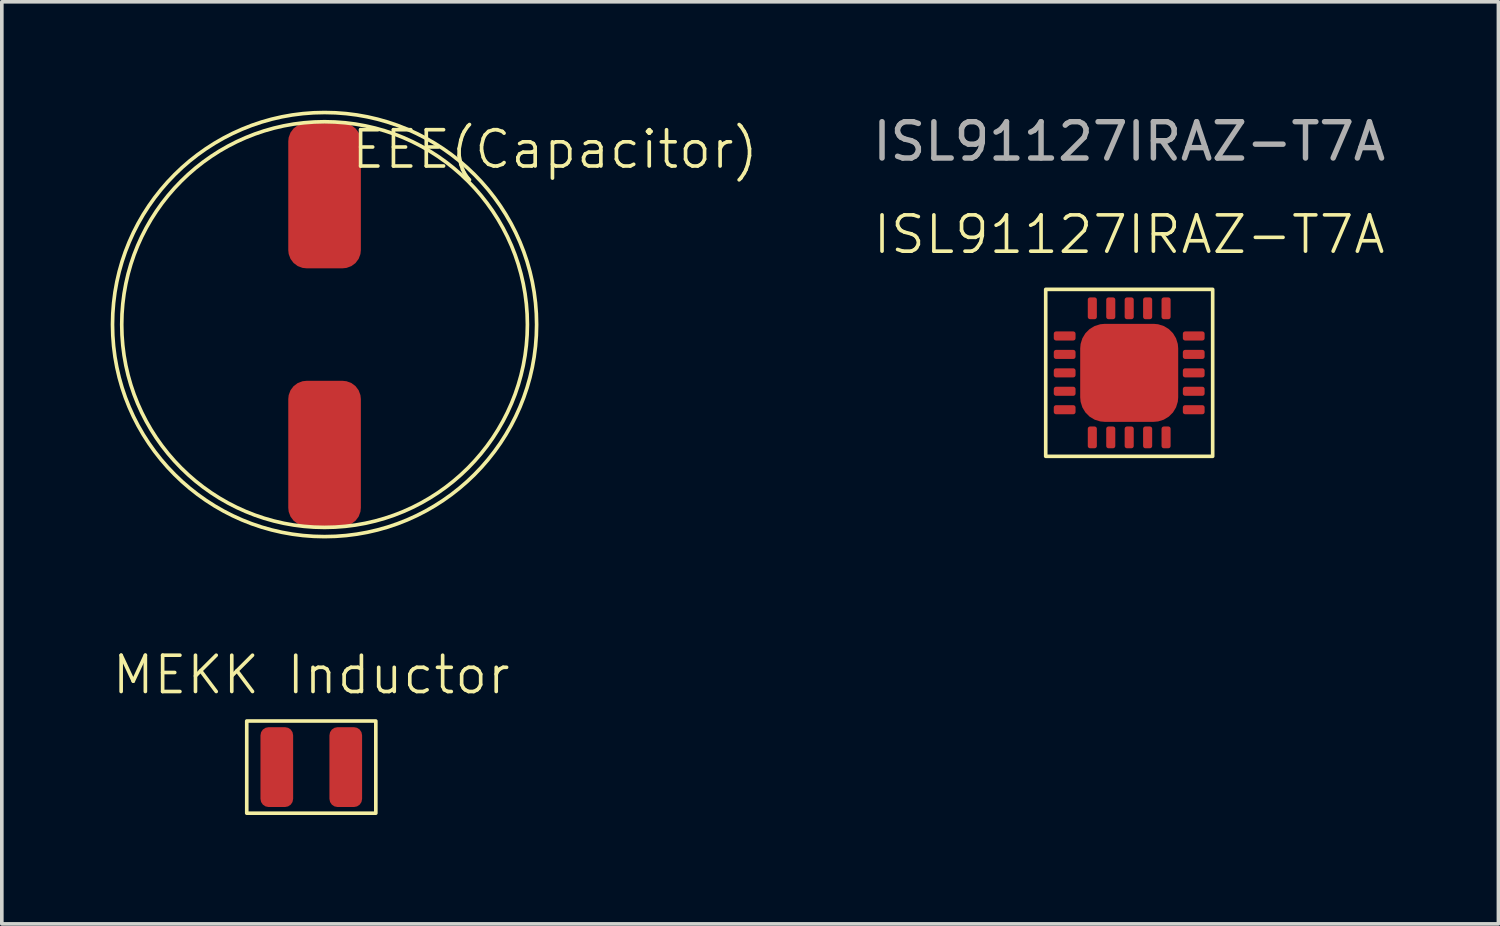
<source format=kicad_pcb>
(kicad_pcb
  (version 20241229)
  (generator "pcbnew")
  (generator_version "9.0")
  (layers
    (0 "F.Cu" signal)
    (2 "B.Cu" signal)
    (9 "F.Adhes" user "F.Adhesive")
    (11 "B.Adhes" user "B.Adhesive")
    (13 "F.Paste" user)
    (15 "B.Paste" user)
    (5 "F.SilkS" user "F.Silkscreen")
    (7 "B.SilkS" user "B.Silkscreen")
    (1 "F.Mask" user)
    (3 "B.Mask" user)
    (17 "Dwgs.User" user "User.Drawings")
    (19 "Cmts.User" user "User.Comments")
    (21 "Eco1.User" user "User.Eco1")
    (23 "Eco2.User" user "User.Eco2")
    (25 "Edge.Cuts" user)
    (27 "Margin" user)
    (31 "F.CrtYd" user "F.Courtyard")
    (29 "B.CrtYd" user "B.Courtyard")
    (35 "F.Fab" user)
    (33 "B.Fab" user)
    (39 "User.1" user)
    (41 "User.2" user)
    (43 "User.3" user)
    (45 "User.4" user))
  (footprint "EEE(Capacitor)"
    (layer "F.Cu")
    (at 5.892 5.892)
    (property "Reference" "EEE(Capacitor)" (at 6.35 -4.826 0) (unlocked yes) (layer "F.SilkS") (effects (font (size 1 1) (thickness 0.1))))
    (attr smd)
    (fp_circle (center 0 0) (end 0 -5.842) (stroke (width 0.1) (type default)) (fill no) (layer "F.SilkS"))
    (fp_circle (center 0 0) (end 5.588 0) (stroke (width 0.1) (type default)) (fill no) (layer "F.SilkS"))
    (pad "1" smd roundrect (at 0 -3.55) (size 2 4) (layers "F.Cu" "F.Mask" "F.Paste") (roundrect_rratio 0.25))
    (pad "2" smd roundrect (at 0 3.55) (size 2 4) (layers "F.Cu" "F.Mask" "F.Paste") (roundrect_rratio 0.25)))
  (footprint "ISL91127IRAZ-T7A"
    (layer "F.Cu")
    (at 28.06 7.222)
    (property "Reference" "ISL91127IRAZ-T7A" (at 0 -3.81 0) (unlocked yes) (layer "F.SilkS") (effects (font (size 1 1) (thickness 0.1))))
    (attr smd)
    (fp_rect (start -2.3 -2.3) (end 2.3 2.3) (stroke (width 0.1) (type default)) (fill no) (layer "F.SilkS"))
    (fp_text user "${REFERENCE}" (at 0 -6.374 0) (unlocked yes) (layer "F.Fab") (effects (font (size 1 1) (thickness 0.15))))
    (pad "1" smd roundrect (at -1.778 -1.016 180) (size 0.6 0.25) (layers "F.Cu" "F.Mask" "F.Paste") (roundrect_rratio 0.25))
    (pad "2" smd roundrect (at -1.778 -0.508 180) (size 0.6 0.25) (layers "F.Cu" "F.Mask" "F.Paste") (roundrect_rratio 0.25))
    (pad "3" smd roundrect (at -1.778 0 180) (size 0.6 0.25) (layers "F.Cu" "F.Mask" "F.Paste") (roundrect_rratio 0.25))
    (pad "4" smd roundrect (at -1.778 0.508 180) (size 0.6 0.25) (layers "F.Cu" "F.Mask" "F.Paste") (roundrect_rratio 0.25))
    (pad "5" smd roundrect (at -1.778 1.016 180) (size 0.6 0.25) (layers "F.Cu" "F.Mask" "F.Paste") (roundrect_rratio 0.25))
    (pad "6" smd roundrect (at -1.016 1.778 270) (size 0.6 0.25) (layers "F.Cu" "F.Mask" "F.Paste") (roundrect_rratio 0.25))
    (pad "7" smd roundrect (at -0.508 1.778 270) (size 0.6 0.25) (layers "F.Cu" "F.Mask" "F.Paste") (roundrect_rratio 0.25))
    (pad "8" smd roundrect (at 0 1.778 270) (size 0.6 0.25) (layers "F.Cu" "F.Mask" "F.Paste") (roundrect_rratio 0.25))
    (pad "9" smd roundrect (at 0.508 1.778 270) (size 0.6 0.25) (layers "F.Cu" "F.Mask" "F.Paste") (roundrect_rratio 0.25))
    (pad "10" smd roundrect (at 1.016 1.778 270) (size 0.6 0.25) (layers "F.Cu" "F.Mask" "F.Paste") (roundrect_rratio 0.25))
    (pad "11" smd roundrect (at 1.778 1.016) (size 0.6 0.25) (layers "F.Cu" "F.Mask" "F.Paste") (roundrect_rratio 0.25))
    (pad "12" smd roundrect (at 1.778 0.508) (size 0.6 0.25) (layers "F.Cu" "F.Mask" "F.Paste") (roundrect_rratio 0.25))
    (pad "13" smd roundrect (at 1.778 0) (size 0.6 0.25) (layers "F.Cu" "F.Mask" "F.Paste") (roundrect_rratio 0.25))
    (pad "14" smd roundrect (at 1.778 -0.508) (size 0.6 0.25) (layers "F.Cu" "F.Mask" "F.Paste") (roundrect_rratio 0.25))
    (pad "15" smd roundrect (at 1.778 -1.016) (size 0.6 0.25) (layers "F.Cu" "F.Mask" "F.Paste") (roundrect_rratio 0.25))
    (pad "16" smd roundrect (at 1.016 -1.778 90) (size 0.6 0.25) (layers "F.Cu" "F.Mask" "F.Paste") (roundrect_rratio 0.25))
    (pad "17" smd roundrect (at 0.508 -1.778 90) (size 0.6 0.25) (layers "F.Cu" "F.Mask" "F.Paste") (roundrect_rratio 0.25))
    (pad "18" smd roundrect (at 0 -1.778 90) (size 0.6 0.25) (layers "F.Cu" "F.Mask" "F.Paste") (roundrect_rratio 0.25))
    (pad "19" smd roundrect (at -0.508 -1.778 90) (size 0.6 0.25) (layers "F.Cu" "F.Mask" "F.Paste") (roundrect_rratio 0.25))
    (pad "20" smd roundrect (at -1.016 -1.778 90) (size 0.6 0.25) (layers "F.Cu" "F.Mask" "F.Paste") (roundrect_rratio 0.25))
    (pad "21" smd roundrect (at 0 0) (size 2.7 2.7) (layers "F.Cu" "F.Mask" "F.Paste") (roundrect_rratio 0.25)))
  (footprint "MEKK Inductor"
    (layer "F.Cu")
    (at 5.526 18.084)
    (property "Reference" "MEKK Inductor" (at 0 -2.54 0) (unlocked yes) (layer "F.SilkS") (effects (font (size 1 1) (thickness 0.1))))
    (attr smd)
    (fp_rect (start -1.778 -1.27) (end 1.778 1.27) (stroke (width 0.1) (type default)) (fill no) (layer "F.SilkS"))
    (pad "1" smd roundrect (at -0.95 0) (size 0.9 2.2) (layers "F.Cu" "F.Mask" "F.Paste") (roundrect_rratio 0.25))
    (pad "2" smd roundrect (at 0.95 0) (size 0.9 2.2) (layers "F.Cu" "F.Mask" "F.Paste") (roundrect_rratio 0.25)))
  (gr_rect
    (start -3 -3)
    (end 38.232 22.404)
    (stroke (width 0.1) (type default))
    (fill no)
    (layer "Edge.Cuts")))
</source>
